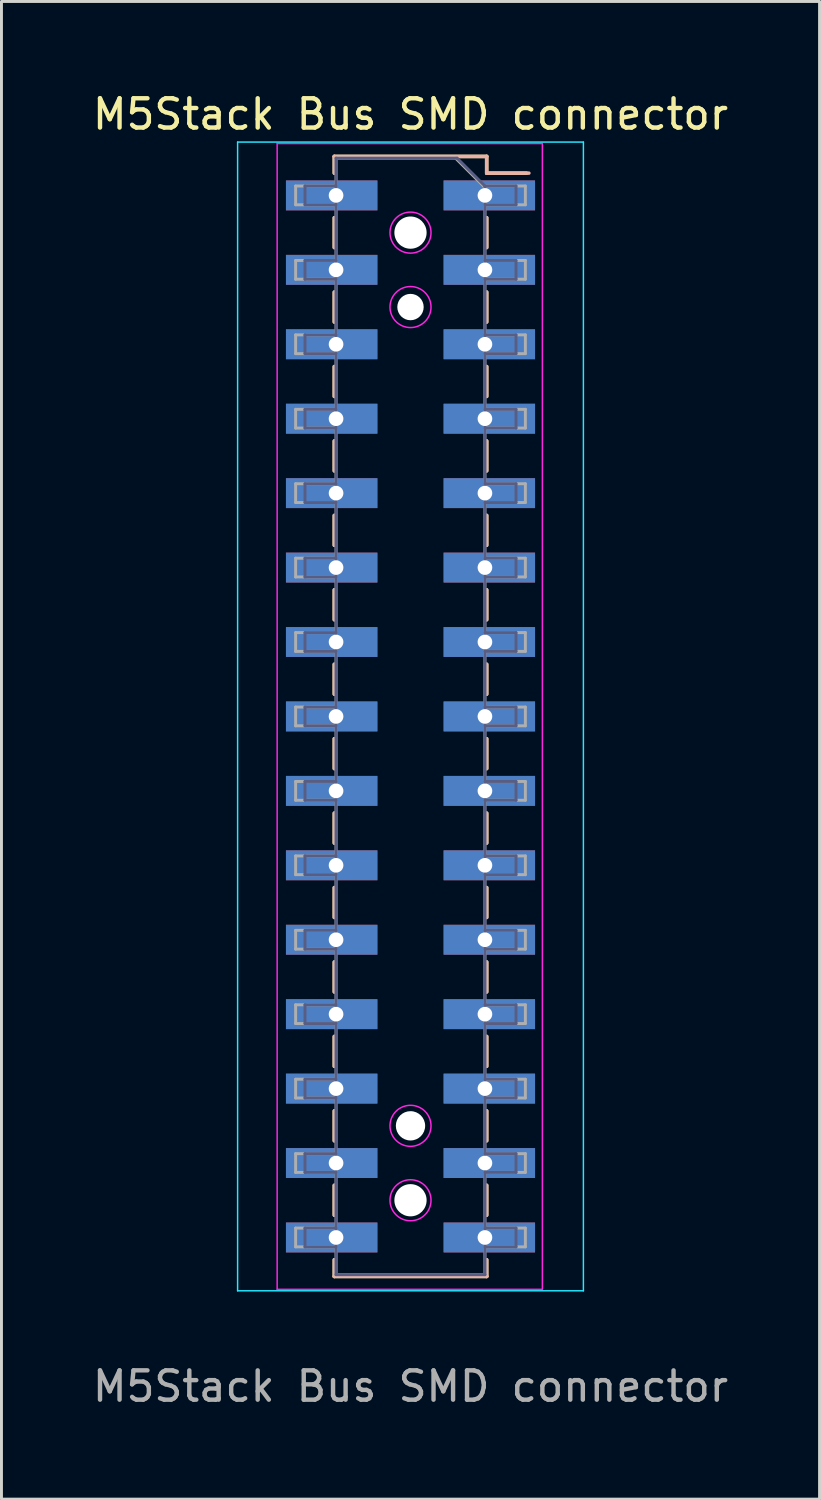
<source format=kicad_pcb>
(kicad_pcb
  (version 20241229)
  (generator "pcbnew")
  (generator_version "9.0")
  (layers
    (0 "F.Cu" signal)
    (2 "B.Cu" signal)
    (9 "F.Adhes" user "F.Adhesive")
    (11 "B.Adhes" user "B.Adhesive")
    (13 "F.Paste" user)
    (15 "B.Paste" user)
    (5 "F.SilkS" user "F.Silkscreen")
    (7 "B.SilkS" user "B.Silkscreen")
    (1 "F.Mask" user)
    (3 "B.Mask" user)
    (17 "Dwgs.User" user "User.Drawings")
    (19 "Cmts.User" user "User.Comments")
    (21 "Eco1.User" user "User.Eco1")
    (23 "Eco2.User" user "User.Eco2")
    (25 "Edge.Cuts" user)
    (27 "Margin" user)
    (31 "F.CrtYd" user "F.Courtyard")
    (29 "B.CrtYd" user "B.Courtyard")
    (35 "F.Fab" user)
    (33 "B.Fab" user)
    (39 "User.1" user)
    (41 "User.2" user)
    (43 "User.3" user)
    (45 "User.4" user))
  (footprint "M5Stack Bus SMD connector"
    (layer "F.Cu")
    (at 10.958 21.398)
    (property "Reference" "M5Stack Bus SMD connector" (at 0 -20.55 0) (layer "F.SilkS") (effects (font (size 1 1) (thickness 0.15))))
    (attr smd)
    (fp_line (start -2.6 -19.11) (end -2.6 -18.54) (stroke (width 0.12) (type solid)) (layer "F.SilkS"))
    (fp_line (start -2.6 -19.11) (end 2.6 -19.11) (stroke (width 0.12) (type solid)) (layer "F.SilkS"))
    (fp_line (start -2.6 -17.02) (end -2.6 -16) (stroke (width 0.12) (type solid)) (layer "F.SilkS"))
    (fp_line (start -2.6 -14.48) (end -2.6 -13.46) (stroke (width 0.12) (type solid)) (layer "F.SilkS"))
    (fp_line (start -2.6 -11.94) (end -2.6 -10.92) (stroke (width 0.12) (type solid)) (layer "F.SilkS"))
    (fp_line (start -2.6 -9.4) (end -2.6 -8.38) (stroke (width 0.12) (type solid)) (layer "F.SilkS"))
    (fp_line (start -2.6 -6.86) (end -2.6 -5.84) (stroke (width 0.12) (type solid)) (layer "F.SilkS"))
    (fp_line (start -2.6 -4.32) (end -2.6 -3.3) (stroke (width 0.12) (type solid)) (layer "F.SilkS"))
    (fp_line (start -2.6 -1.78) (end -2.6 -0.76) (stroke (width 0.12) (type solid)) (layer "F.SilkS"))
    (fp_line (start -2.6 0.76) (end -2.6 1.78) (stroke (width 0.12) (type solid)) (layer "F.SilkS"))
    (fp_line (start -2.6 3.3) (end -2.6 4.32) (stroke (width 0.12) (type solid)) (layer "F.SilkS"))
    (fp_line (start -2.6 5.84) (end -2.6 6.86) (stroke (width 0.12) (type solid)) (layer "F.SilkS"))
    (fp_line (start -2.6 8.38) (end -2.6 9.4) (stroke (width 0.12) (type solid)) (layer "F.SilkS"))
    (fp_line (start -2.6 10.92) (end -2.6 11.94) (stroke (width 0.12) (type solid)) (layer "F.SilkS"))
    (fp_line (start -2.6 13.46) (end -2.6 14.48) (stroke (width 0.12) (type solid)) (layer "F.SilkS"))
    (fp_line (start -2.6 16) (end -2.6 17.02) (stroke (width 0.12) (type solid)) (layer "F.SilkS"))
    (fp_line (start -2.6 18.54) (end -2.6 19.11) (stroke (width 0.12) (type solid)) (layer "F.SilkS"))
    (fp_line (start -2.6 19.11) (end 2.6 19.11) (stroke (width 0.12) (type solid)) (layer "F.SilkS"))
    (fp_line (start 2.6 -19.11) (end 2.6 -18.54) (stroke (width 0.12) (type solid)) (layer "F.SilkS"))
    (fp_line (start 2.6 -18.54) (end 3.96 -18.54) (stroke (width 0.12) (type solid)) (layer "F.SilkS"))
    (fp_line (start 2.6 -17.02) (end 2.6 -16) (stroke (width 0.12) (type solid)) (layer "F.SilkS"))
    (fp_line (start 2.6 -14.48) (end 2.6 -13.46) (stroke (width 0.12) (type solid)) (layer "F.SilkS"))
    (fp_line (start 2.6 -11.94) (end 2.6 -10.92) (stroke (width 0.12) (type solid)) (layer "F.SilkS"))
    (fp_line (start 2.6 -9.4) (end 2.6 -8.38) (stroke (width 0.12) (type solid)) (layer "F.SilkS"))
    (fp_line (start 2.6 -6.86) (end 2.6 -5.84) (stroke (width 0.12) (type solid)) (layer "F.SilkS"))
    (fp_line (start 2.6 -4.32) (end 2.6 -3.3) (stroke (width 0.12) (type solid)) (layer "F.SilkS"))
    (fp_line (start 2.6 -1.78) (end 2.6 -0.76) (stroke (width 0.12) (type solid)) (layer "F.SilkS"))
    (fp_line (start 2.6 0.76) (end 2.6 1.78) (stroke (width 0.12) (type solid)) (layer "F.SilkS"))
    (fp_line (start 2.6 3.3) (end 2.6 4.32) (stroke (width 0.12) (type solid)) (layer "F.SilkS"))
    (fp_line (start 2.6 5.84) (end 2.6 6.86) (stroke (width 0.12) (type solid)) (layer "F.SilkS"))
    (fp_line (start 2.6 8.38) (end 2.6 9.4) (stroke (width 0.12) (type solid)) (layer "F.SilkS"))
    (fp_line (start 2.6 10.92) (end 2.6 11.94) (stroke (width 0.12) (type solid)) (layer "F.SilkS"))
    (fp_line (start 2.6 13.46) (end 2.6 14.48) (stroke (width 0.12) (type solid)) (layer "F.SilkS"))
    (fp_line (start 2.6 16) (end 2.6 17.02) (stroke (width 0.12) (type solid)) (layer "F.SilkS"))
    (fp_line (start 2.6 18.54) (end 2.6 19.11) (stroke (width 0.12) (type solid)) (layer "F.SilkS"))
    (fp_line (start -2.6 -19.11) (end -2.6 -18.54) (stroke (width 0.12) (type solid)) (layer "B.SilkS"))
    (fp_line (start -2.6 -17.02) (end -2.6 -16) (stroke (width 0.12) (type solid)) (layer "B.SilkS"))
    (fp_line (start -2.6 -14.48) (end -2.6 -13.46) (stroke (width 0.12) (type solid)) (layer "B.SilkS"))
    (fp_line (start -2.6 -11.94) (end -2.6 -10.92) (stroke (width 0.12) (type solid)) (layer "B.SilkS"))
    (fp_line (start -2.6 -9.4) (end -2.6 -8.38) (stroke (width 0.12) (type solid)) (layer "B.SilkS"))
    (fp_line (start -2.6 -6.86) (end -2.6 -5.84) (stroke (width 0.12) (type solid)) (layer "B.SilkS"))
    (fp_line (start -2.6 -4.32) (end -2.6 -3.3) (stroke (width 0.12) (type solid)) (layer "B.SilkS"))
    (fp_line (start -2.6 -1.78) (end -2.6 -0.76) (stroke (width 0.12) (type solid)) (layer "B.SilkS"))
    (fp_line (start -2.6 0.76) (end -2.6 1.78) (stroke (width 0.12) (type solid)) (layer "B.SilkS"))
    (fp_line (start -2.6 3.3) (end -2.6 4.32) (stroke (width 0.12) (type solid)) (layer "B.SilkS"))
    (fp_line (start -2.6 5.84) (end -2.6 6.86) (stroke (width 0.12) (type solid)) (layer "B.SilkS"))
    (fp_line (start -2.6 8.38) (end -2.6 9.4) (stroke (width 0.12) (type solid)) (layer "B.SilkS"))
    (fp_line (start -2.6 10.92) (end -2.6 11.94) (stroke (width 0.12) (type solid)) (layer "B.SilkS"))
    (fp_line (start -2.6 13.46) (end -2.6 14.48) (stroke (width 0.12) (type solid)) (layer "B.SilkS"))
    (fp_line (start -2.6 16) (end -2.6 17.02) (stroke (width 0.12) (type solid)) (layer "B.SilkS"))
    (fp_line (start -2.6 18.54) (end -2.6 19.11) (stroke (width 0.12) (type solid)) (layer "B.SilkS"))
    (fp_line (start 2.6 -19.11) (end -2.6 -19.11) (stroke (width 0.12) (type solid)) (layer "B.SilkS"))
    (fp_line (start 2.6 -19.11) (end 2.6 -18.54) (stroke (width 0.12) (type solid)) (layer "B.SilkS"))
    (fp_line (start 2.6 -17.02) (end 2.6 -16) (stroke (width 0.12) (type solid)) (layer "B.SilkS"))
    (fp_line (start 2.6 -14.48) (end 2.6 -13.46) (stroke (width 0.12) (type solid)) (layer "B.SilkS"))
    (fp_line (start 2.6 -11.94) (end 2.6 -10.92) (stroke (width 0.12) (type solid)) (layer "B.SilkS"))
    (fp_line (start 2.6 -9.4) (end 2.6 -8.38) (stroke (width 0.12) (type solid)) (layer "B.SilkS"))
    (fp_line (start 2.6 -6.86) (end 2.6 -5.84) (stroke (width 0.12) (type solid)) (layer "B.SilkS"))
    (fp_line (start 2.6 -4.32) (end 2.6 -3.3) (stroke (width 0.12) (type solid)) (layer "B.SilkS"))
    (fp_line (start 2.6 -1.78) (end 2.6 -0.76) (stroke (width 0.12) (type solid)) (layer "B.SilkS"))
    (fp_line (start 2.6 0.76) (end 2.6 1.78) (stroke (width 0.12) (type solid)) (layer "B.SilkS"))
    (fp_line (start 2.6 3.3) (end 2.6 4.32) (stroke (width 0.12) (type solid)) (layer "B.SilkS"))
    (fp_line (start 2.6 5.84) (end 2.6 6.86) (stroke (width 0.12) (type solid)) (layer "B.SilkS"))
    (fp_line (start 2.6 8.38) (end 2.6 9.4) (stroke (width 0.12) (type solid)) (layer "B.SilkS"))
    (fp_line (start 2.6 10.92) (end 2.6 11.94) (stroke (width 0.12) (type solid)) (layer "B.SilkS"))
    (fp_line (start 2.6 13.46) (end 2.6 14.48) (stroke (width 0.12) (type solid)) (layer "B.SilkS"))
    (fp_line (start 2.6 16) (end 2.6 17.02) (stroke (width 0.12) (type solid)) (layer "B.SilkS"))
    (fp_line (start 2.6 18.54) (end 2.6 19.11) (stroke (width 0.12) (type solid)) (layer "B.SilkS"))
    (fp_line (start 2.6 19.11) (end -2.6 19.11) (stroke (width 0.12) (type solid)) (layer "B.SilkS"))
    (fp_line (start 4.04 -18.54) (end 2.6 -18.54) (stroke (width 0.12) (type solid)) (layer "B.SilkS"))
    (fp_line (start -5.9 -19.6) (end 5.9 -19.6) (stroke (width 0.05) (type solid)) (layer "B.CrtYd"))
    (fp_line (start -5.9 19.6) (end -5.9 -19.6) (stroke (width 0.05) (type solid)) (layer "B.CrtYd"))
    (fp_line (start 5.9 -19.6) (end 5.9 19.6) (stroke (width 0.05) (type solid)) (layer "B.CrtYd"))
    (fp_line (start 5.9 19.6) (end -5.9 19.6) (stroke (width 0.05) (type solid)) (layer "B.CrtYd"))
    (fp_line (start -4.55 -19.55) (end 4.5 -19.55) (stroke (width 0.05) (type solid)) (layer "F.CrtYd"))
    (fp_line (start -4.55 19.55) (end -4.55 -19.55) (stroke (width 0.05) (type solid)) (layer "F.CrtYd"))
    (fp_line (start 4.5 -19.55) (end 4.5 19.55) (stroke (width 0.05) (type solid)) (layer "F.CrtYd"))
    (fp_line (start 4.5 19.55) (end -4.55 19.55) (stroke (width 0.05) (type solid)) (layer "F.CrtYd"))
    (fp_circle (center 0 -16.51) (end 0.7 -16.51) (stroke (width 0.05) (type default)) (fill no) (layer "F.CrtYd"))
    (fp_circle (center 0 -13.97) (end 0.7 -13.97) (stroke (width 0.05) (type default)) (fill no) (layer "F.CrtYd"))
    (fp_circle (center 0 13.97) (end 0.7 13.97) (stroke (width 0.05) (type default)) (fill no) (layer "F.CrtYd"))
    (fp_circle (center 0 16.51) (end 0.7 16.51) (stroke (width 0.05) (type default)) (fill no) (layer "F.CrtYd"))
    (fp_line (start -3.6 -18.1) (end -3.6 -17.46) (stroke (width 0.1) (type solid)) (layer "B.Fab"))
    (fp_line (start -3.6 -17.46) (end -2.54 -17.46) (stroke (width 0.1) (type solid)) (layer "B.Fab"))
    (fp_line (start -3.6 -15.56) (end -3.6 -14.92) (stroke (width 0.1) (type solid)) (layer "B.Fab"))
    (fp_line (start -3.6 -14.92) (end -2.54 -14.92) (stroke (width 0.1) (type solid)) (layer "B.Fab"))
    (fp_line (start -3.6 -13.02) (end -3.6 -12.38) (stroke (width 0.1) (type solid)) (layer "B.Fab"))
    (fp_line (start -3.6 -12.38) (end -2.54 -12.38) (stroke (width 0.1) (type solid)) (layer "B.Fab"))
    (fp_line (start -3.6 -10.48) (end -3.6 -9.84) (stroke (width 0.1) (type solid)) (layer "B.Fab"))
    (fp_line (start -3.6 -9.84) (end -2.54 -9.84) (stroke (width 0.1) (type solid)) (layer "B.Fab"))
    (fp_line (start -3.6 -7.94) (end -3.6 -7.3) (stroke (width 0.1) (type solid)) (layer "B.Fab"))
    (fp_line (start -3.6 -7.3) (end -2.54 -7.3) (stroke (width 0.1) (type solid)) (layer "B.Fab"))
    (fp_line (start -3.6 -5.4) (end -3.6 -4.76) (stroke (width 0.1) (type solid)) (layer "B.Fab"))
    (fp_line (start -3.6 -4.76) (end -2.54 -4.76) (stroke (width 0.1) (type solid)) (layer "B.Fab"))
    (fp_line (start -3.6 -2.86) (end -3.6 -2.22) (stroke (width 0.1) (type solid)) (layer "B.Fab"))
    (fp_line (start -3.6 -2.22) (end -2.54 -2.22) (stroke (width 0.1) (type solid)) (layer "B.Fab"))
    (fp_line (start -3.6 -0.32) (end -3.6 0.32) (stroke (width 0.1) (type solid)) (layer "B.Fab"))
    (fp_line (start -3.6 0.32) (end -2.54 0.32) (stroke (width 0.1) (type solid)) (layer "B.Fab"))
    (fp_line (start -3.6 2.22) (end -3.6 2.86) (stroke (width 0.1) (type solid)) (layer "B.Fab"))
    (fp_line (start -3.6 2.86) (end -2.54 2.86) (stroke (width 0.1) (type solid)) (layer "B.Fab"))
    (fp_line (start -3.6 4.76) (end -3.6 5.4) (stroke (width 0.1) (type solid)) (layer "B.Fab"))
    (fp_line (start -3.6 5.4) (end -2.54 5.4) (stroke (width 0.1) (type solid)) (layer "B.Fab"))
    (fp_line (start -3.6 7.3) (end -3.6 7.94) (stroke (width 0.1) (type solid)) (layer "B.Fab"))
    (fp_line (start -3.6 7.94) (end -2.54 7.94) (stroke (width 0.1) (type solid)) (layer "B.Fab"))
    (fp_line (start -3.6 9.84) (end -3.6 10.48) (stroke (width 0.1) (type solid)) (layer "B.Fab"))
    (fp_line (start -3.6 10.48) (end -2.54 10.48) (stroke (width 0.1) (type solid)) (layer "B.Fab"))
    (fp_line (start -3.6 12.38) (end -3.6 13.02) (stroke (width 0.1) (type solid)) (layer "B.Fab"))
    (fp_line (start -3.6 13.02) (end -2.54 13.02) (stroke (width 0.1) (type solid)) (layer "B.Fab"))
    (fp_line (start -3.6 14.92) (end -3.6 15.56) (stroke (width 0.1) (type solid)) (layer "B.Fab"))
    (fp_line (start -3.6 15.56) (end -2.54 15.56) (stroke (width 0.1) (type solid)) (layer "B.Fab"))
    (fp_line (start -3.6 17.46) (end -3.6 18.1) (stroke (width 0.1) (type solid)) (layer "B.Fab"))
    (fp_line (start -3.6 18.1) (end -2.54 18.1) (stroke (width 0.1) (type solid)) (layer "B.Fab"))
    (fp_line (start -2.54 -19.05) (end -2.54 19.05) (stroke (width 0.1) (type solid)) (layer "B.Fab"))
    (fp_line (start -2.54 -18.1) (end -3.6 -18.1) (stroke (width 0.1) (type solid)) (layer "B.Fab"))
    (fp_line (start -2.54 -15.56) (end -3.6 -15.56) (stroke (width 0.1) (type solid)) (layer "B.Fab"))
    (fp_line (start -2.54 -13.02) (end -3.6 -13.02) (stroke (width 0.1) (type solid)) (layer "B.Fab"))
    (fp_line (start -2.54 -10.48) (end -3.6 -10.48) (stroke (width 0.1) (type solid)) (layer "B.Fab"))
    (fp_line (start -2.54 -7.94) (end -3.6 -7.94) (stroke (width 0.1) (type solid)) (layer "B.Fab"))
    (fp_line (start -2.54 -5.4) (end -3.6 -5.4) (stroke (width 0.1) (type solid)) (layer "B.Fab"))
    (fp_line (start -2.54 -2.86) (end -3.6 -2.86) (stroke (width 0.1) (type solid)) (layer "B.Fab"))
    (fp_line (start -2.54 -0.32) (end -3.6 -0.32) (stroke (width 0.1) (type solid)) (layer "B.Fab"))
    (fp_line (start -2.54 2.22) (end -3.6 2.22) (stroke (width 0.1) (type solid)) (layer "B.Fab"))
    (fp_line (start -2.54 4.76) (end -3.6 4.76) (stroke (width 0.1) (type solid)) (layer "B.Fab"))
    (fp_line (start -2.54 7.3) (end -3.6 7.3) (stroke (width 0.1) (type solid)) (layer "B.Fab"))
    (fp_line (start -2.54 9.84) (end -3.6 9.84) (stroke (width 0.1) (type solid)) (layer "B.Fab"))
    (fp_line (start -2.54 12.38) (end -3.6 12.38) (stroke (width 0.1) (type solid)) (layer "B.Fab"))
    (fp_line (start -2.54 14.92) (end -3.6 14.92) (stroke (width 0.1) (type solid)) (layer "B.Fab"))
    (fp_line (start -2.54 17.46) (end -3.6 17.46) (stroke (width 0.1) (type solid)) (layer "B.Fab"))
    (fp_line (start -2.54 19.05) (end 2.54 19.05) (stroke (width 0.1) (type solid)) (layer "B.Fab"))
    (fp_line (start 1.59 -19.05) (end -2.54 -19.05) (stroke (width 0.1) (type solid)) (layer "B.Fab"))
    (fp_line (start 2.54 -18.1) (end 1.59 -19.05) (stroke (width 0.1) (type solid)) (layer "B.Fab"))
    (fp_line (start 2.54 -18.1) (end 3.6 -18.1) (stroke (width 0.1) (type solid)) (layer "B.Fab"))
    (fp_line (start 2.54 -15.56) (end 3.6 -15.56) (stroke (width 0.1) (type solid)) (layer "B.Fab"))
    (fp_line (start 2.54 -13.02) (end 3.6 -13.02) (stroke (width 0.1) (type solid)) (layer "B.Fab"))
    (fp_line (start 2.54 -10.48) (end 3.6 -10.48) (stroke (width 0.1) (type solid)) (layer "B.Fab"))
    (fp_line (start 2.54 -7.94) (end 3.6 -7.94) (stroke (width 0.1) (type solid)) (layer "B.Fab"))
    (fp_line (start 2.54 -5.4) (end 3.6 -5.4) (stroke (width 0.1) (type solid)) (layer "B.Fab"))
    (fp_line (start 2.54 -2.86) (end 3.6 -2.86) (stroke (width 0.1) (type solid)) (layer "B.Fab"))
    (fp_line (start 2.54 -0.32) (end 3.6 -0.32) (stroke (width 0.1) (type solid)) (layer "B.Fab"))
    (fp_line (start 2.54 2.22) (end 3.6 2.22) (stroke (width 0.1) (type solid)) (layer "B.Fab"))
    (fp_line (start 2.54 4.76) (end 3.6 4.76) (stroke (width 0.1) (type solid)) (layer "B.Fab"))
    (fp_line (start 2.54 7.3) (end 3.6 7.3) (stroke (width 0.1) (type solid)) (layer "B.Fab"))
    (fp_line (start 2.54 9.84) (end 3.6 9.84) (stroke (width 0.1) (type solid)) (layer "B.Fab"))
    (fp_line (start 2.54 12.38) (end 3.6 12.38) (stroke (width 0.1) (type solid)) (layer "B.Fab"))
    (fp_line (start 2.54 14.92) (end 3.6 14.92) (stroke (width 0.1) (type solid)) (layer "B.Fab"))
    (fp_line (start 2.54 17.46) (end 3.6 17.46) (stroke (width 0.1) (type solid)) (layer "B.Fab"))
    (fp_line (start 2.54 19.05) (end 2.54 -18.1) (stroke (width 0.1) (type solid)) (layer "B.Fab"))
    (fp_line (start 3.6 -18.1) (end 3.6 -17.46) (stroke (width 0.1) (type solid)) (layer "B.Fab"))
    (fp_line (start 3.6 -17.46) (end 2.54 -17.46) (stroke (width 0.1) (type solid)) (layer "B.Fab"))
    (fp_line (start 3.6 -15.56) (end 3.6 -14.92) (stroke (width 0.1) (type solid)) (layer "B.Fab"))
    (fp_line (start 3.6 -14.92) (end 2.54 -14.92) (stroke (width 0.1) (type solid)) (layer "B.Fab"))
    (fp_line (start 3.6 -13.02) (end 3.6 -12.38) (stroke (width 0.1) (type solid)) (layer "B.Fab"))
    (fp_line (start 3.6 -12.38) (end 2.54 -12.38) (stroke (width 0.1) (type solid)) (layer "B.Fab"))
    (fp_line (start 3.6 -10.48) (end 3.6 -9.84) (stroke (width 0.1) (type solid)) (layer "B.Fab"))
    (fp_line (start 3.6 -9.84) (end 2.54 -9.84) (stroke (width 0.1) (type solid)) (layer "B.Fab"))
    (fp_line (start 3.6 -7.94) (end 3.6 -7.3) (stroke (width 0.1) (type solid)) (layer "B.Fab"))
    (fp_line (start 3.6 -7.3) (end 2.54 -7.3) (stroke (width 0.1) (type solid)) (layer "B.Fab"))
    (fp_line (start 3.6 -5.4) (end 3.6 -4.76) (stroke (width 0.1) (type solid)) (layer "B.Fab"))
    (fp_line (start 3.6 -4.76) (end 2.54 -4.76) (stroke (width 0.1) (type solid)) (layer "B.Fab"))
    (fp_line (start 3.6 -2.86) (end 3.6 -2.22) (stroke (width 0.1) (type solid)) (layer "B.Fab"))
    (fp_line (start 3.6 -2.22) (end 2.54 -2.22) (stroke (width 0.1) (type solid)) (layer "B.Fab"))
    (fp_line (start 3.6 -0.32) (end 3.6 0.32) (stroke (width 0.1) (type solid)) (layer "B.Fab"))
    (fp_line (start 3.6 0.32) (end 2.54 0.32) (stroke (width 0.1) (type solid)) (layer "B.Fab"))
    (fp_line (start 3.6 2.22) (end 3.6 2.86) (stroke (width 0.1) (type solid)) (layer "B.Fab"))
    (fp_line (start 3.6 2.86) (end 2.54 2.86) (stroke (width 0.1) (type solid)) (layer "B.Fab"))
    (fp_line (start 3.6 4.76) (end 3.6 5.4) (stroke (width 0.1) (type solid)) (layer "B.Fab"))
    (fp_line (start 3.6 5.4) (end 2.54 5.4) (stroke (width 0.1) (type solid)) (layer "B.Fab"))
    (fp_line (start 3.6 7.3) (end 3.6 7.94) (stroke (width 0.1) (type solid)) (layer "B.Fab"))
    (fp_line (start 3.6 7.94) (end 2.54 7.94) (stroke (width 0.1) (type solid)) (layer "B.Fab"))
    (fp_line (start 3.6 9.84) (end 3.6 10.48) (stroke (width 0.1) (type solid)) (layer "B.Fab"))
    (fp_line (start 3.6 10.48) (end 2.54 10.48) (stroke (width 0.1) (type solid)) (layer "B.Fab"))
    (fp_line (start 3.6 12.38) (end 3.6 13.02) (stroke (width 0.1) (type solid)) (layer "B.Fab"))
    (fp_line (start 3.6 13.02) (end 2.54 13.02) (stroke (width 0.1) (type solid)) (layer "B.Fab"))
    (fp_line (start 3.6 14.92) (end 3.6 15.56) (stroke (width 0.1) (type solid)) (layer "B.Fab"))
    (fp_line (start 3.6 15.56) (end 2.54 15.56) (stroke (width 0.1) (type solid)) (layer "B.Fab"))
    (fp_line (start 3.6 17.46) (end 3.6 18.1) (stroke (width 0.1) (type solid)) (layer "B.Fab"))
    (fp_line (start 3.6 18.1) (end 2.54 18.1) (stroke (width 0.1) (type solid)) (layer "B.Fab"))
    (fp_line (start -3.92 -18.1) (end -2.54 -18.1) (stroke (width 0.1) (type solid)) (layer "F.Fab"))
    (fp_line (start -3.92 -17.46) (end -3.92 -18.1) (stroke (width 0.1) (type solid)) (layer "F.Fab"))
    (fp_line (start -3.92 -15.56) (end -2.54 -15.56) (stroke (width 0.1) (type solid)) (layer "F.Fab"))
    (fp_line (start -3.92 -14.92) (end -3.92 -15.56) (stroke (width 0.1) (type solid)) (layer "F.Fab"))
    (fp_line (start -3.92 -13.02) (end -2.54 -13.02) (stroke (width 0.1) (type solid)) (layer "F.Fab"))
    (fp_line (start -3.92 -12.38) (end -3.92 -13.02) (stroke (width 0.1) (type solid)) (layer "F.Fab"))
    (fp_line (start -3.92 -10.48) (end -2.54 -10.48) (stroke (width 0.1) (type solid)) (layer "F.Fab"))
    (fp_line (start -3.92 -9.84) (end -3.92 -10.48) (stroke (width 0.1) (type solid)) (layer "F.Fab"))
    (fp_line (start -3.92 -7.94) (end -2.54 -7.94) (stroke (width 0.1) (type solid)) (layer "F.Fab"))
    (fp_line (start -3.92 -7.3) (end -3.92 -7.94) (stroke (width 0.1) (type solid)) (layer "F.Fab"))
    (fp_line (start -3.92 -5.4) (end -2.54 -5.4) (stroke (width 0.1) (type solid)) (layer "F.Fab"))
    (fp_line (start -3.92 -4.76) (end -3.92 -5.4) (stroke (width 0.1) (type solid)) (layer "F.Fab"))
    (fp_line (start -3.92 -2.86) (end -2.54 -2.86) (stroke (width 0.1) (type solid)) (layer "F.Fab"))
    (fp_line (start -3.92 -2.22) (end -3.92 -2.86) (stroke (width 0.1) (type solid)) (layer "F.Fab"))
    (fp_line (start -3.92 -0.32) (end -2.54 -0.32) (stroke (width 0.1) (type solid)) (layer "F.Fab"))
    (fp_line (start -3.92 0.32) (end -3.92 -0.32) (stroke (width 0.1) (type solid)) (layer "F.Fab"))
    (fp_line (start -3.92 2.22) (end -2.54 2.22) (stroke (width 0.1) (type solid)) (layer "F.Fab"))
    (fp_line (start -3.92 2.86) (end -3.92 2.22) (stroke (width 0.1) (type solid)) (layer "F.Fab"))
    (fp_line (start -3.92 4.76) (end -2.54 4.76) (stroke (width 0.1) (type solid)) (layer "F.Fab"))
    (fp_line (start -3.92 5.4) (end -3.92 4.76) (stroke (width 0.1) (type solid)) (layer "F.Fab"))
    (fp_line (start -3.92 7.3) (end -2.54 7.3) (stroke (width 0.1) (type solid)) (layer "F.Fab"))
    (fp_line (start -3.92 7.94) (end -3.92 7.3) (stroke (width 0.1) (type solid)) (layer "F.Fab"))
    (fp_line (start -3.92 9.84) (end -2.54 9.84) (stroke (width 0.1) (type solid)) (layer "F.Fab"))
    (fp_line (start -3.92 10.48) (end -3.92 9.84) (stroke (width 0.1) (type solid)) (layer "F.Fab"))
    (fp_line (start -3.92 12.38) (end -2.54 12.38) (stroke (width 0.1) (type solid)) (layer "F.Fab"))
    (fp_line (start -3.92 13.02) (end -3.92 12.38) (stroke (width 0.1) (type solid)) (layer "F.Fab"))
    (fp_line (start -3.92 14.92) (end -2.54 14.92) (stroke (width 0.1) (type solid)) (layer "F.Fab"))
    (fp_line (start -3.92 15.56) (end -3.92 14.92) (stroke (width 0.1) (type solid)) (layer "F.Fab"))
    (fp_line (start -3.92 17.46) (end -2.54 17.46) (stroke (width 0.1) (type solid)) (layer "F.Fab"))
    (fp_line (start -3.92 18.1) (end -3.92 17.46) (stroke (width 0.1) (type solid)) (layer "F.Fab"))
    (fp_line (start -2.54 -19.05) (end 1.54 -19.05) (stroke (width 0.1) (type solid)) (layer "F.Fab"))
    (fp_line (start -2.54 -17.46) (end -3.92 -17.46) (stroke (width 0.1) (type solid)) (layer "F.Fab"))
    (fp_line (start -2.54 -14.92) (end -3.92 -14.92) (stroke (width 0.1) (type solid)) (layer "F.Fab"))
    (fp_line (start -2.54 -12.38) (end -3.92 -12.38) (stroke (width 0.1) (type solid)) (layer "F.Fab"))
    (fp_line (start -2.54 -9.84) (end -3.92 -9.84) (stroke (width 0.1) (type solid)) (layer "F.Fab"))
    (fp_line (start -2.54 -7.3) (end -3.92 -7.3) (stroke (width 0.1) (type solid)) (layer "F.Fab"))
    (fp_line (start -2.54 -4.76) (end -3.92 -4.76) (stroke (width 0.1) (type solid)) (layer "F.Fab"))
    (fp_line (start -2.54 -2.22) (end -3.92 -2.22) (stroke (width 0.1) (type solid)) (layer "F.Fab"))
    (fp_line (start -2.54 0.32) (end -3.92 0.32) (stroke (width 0.1) (type solid)) (layer "F.Fab"))
    (fp_line (start -2.54 2.86) (end -3.92 2.86) (stroke (width 0.1) (type solid)) (layer "F.Fab"))
    (fp_line (start -2.54 5.4) (end -3.92 5.4) (stroke (width 0.1) (type solid)) (layer "F.Fab"))
    (fp_line (start -2.54 7.94) (end -3.92 7.94) (stroke (width 0.1) (type solid)) (layer "F.Fab"))
    (fp_line (start -2.54 10.48) (end -3.92 10.48) (stroke (width 0.1) (type solid)) (layer "F.Fab"))
    (fp_line (start -2.54 13.02) (end -3.92 13.02) (stroke (width 0.1) (type solid)) (layer "F.Fab"))
    (fp_line (start -2.54 15.56) (end -3.92 15.56) (stroke (width 0.1) (type solid)) (layer "F.Fab"))
    (fp_line (start -2.54 18.1) (end -3.92 18.1) (stroke (width 0.1) (type solid)) (layer "F.Fab"))
    (fp_line (start -2.54 19.05) (end -2.54 -19.05) (stroke (width 0.1) (type solid)) (layer "F.Fab"))
    (fp_line (start 1.54 -19.05) (end 2.54 -18.05) (stroke (width 0.1) (type solid)) (layer "F.Fab"))
    (fp_line (start 2.54 -18.1) (end 3.92 -18.1) (stroke (width 0.1) (type solid)) (layer "F.Fab"))
    (fp_line (start 2.54 -18.05) (end 2.54 19.05) (stroke (width 0.1) (type solid)) (layer "F.Fab"))
    (fp_line (start 2.54 -15.56) (end 3.92 -15.56) (stroke (width 0.1) (type solid)) (layer "F.Fab"))
    (fp_line (start 2.54 -13.02) (end 3.92 -13.02) (stroke (width 0.1) (type solid)) (layer "F.Fab"))
    (fp_line (start 2.54 -10.48) (end 3.92 -10.48) (stroke (width 0.1) (type solid)) (layer "F.Fab"))
    (fp_line (start 2.54 -7.94) (end 3.92 -7.94) (stroke (width 0.1) (type solid)) (layer "F.Fab"))
    (fp_line (start 2.54 -5.4) (end 3.92 -5.4) (stroke (width 0.1) (type solid)) (layer "F.Fab"))
    (fp_line (start 2.54 -2.86) (end 3.92 -2.86) (stroke (width 0.1) (type solid)) (layer "F.Fab"))
    (fp_line (start 2.54 -0.32) (end 3.92 -0.32) (stroke (width 0.1) (type solid)) (layer "F.Fab"))
    (fp_line (start 2.54 2.22) (end 3.92 2.22) (stroke (width 0.1) (type solid)) (layer "F.Fab"))
    (fp_line (start 2.54 4.76) (end 3.92 4.76) (stroke (width 0.1) (type solid)) (layer "F.Fab"))
    (fp_line (start 2.54 7.3) (end 3.92 7.3) (stroke (width 0.1) (type solid)) (layer "F.Fab"))
    (fp_line (start 2.54 9.84) (end 3.92 9.84) (stroke (width 0.1) (type solid)) (layer "F.Fab"))
    (fp_line (start 2.54 12.38) (end 3.92 12.38) (stroke (width 0.1) (type solid)) (layer "F.Fab"))
    (fp_line (start 2.54 14.92) (end 3.92 14.92) (stroke (width 0.1) (type solid)) (layer "F.Fab"))
    (fp_line (start 2.54 17.46) (end 3.92 17.46) (stroke (width 0.1) (type solid)) (layer "F.Fab"))
    (fp_line (start 2.54 19.05) (end -2.54 19.05) (stroke (width 0.1) (type solid)) (layer "F.Fab"))
    (fp_line (start 3.92 -18.1) (end 3.92 -17.46) (stroke (width 0.1) (type solid)) (layer "F.Fab"))
    (fp_line (start 3.92 -17.46) (end 2.54 -17.46) (stroke (width 0.1) (type solid)) (layer "F.Fab"))
    (fp_line (start 3.92 -15.56) (end 3.92 -14.92) (stroke (width 0.1) (type solid)) (layer "F.Fab"))
    (fp_line (start 3.92 -14.92) (end 2.54 -14.92) (stroke (width 0.1) (type solid)) (layer "F.Fab"))
    (fp_line (start 3.92 -13.02) (end 3.92 -12.38) (stroke (width 0.1) (type solid)) (layer "F.Fab"))
    (fp_line (start 3.92 -12.38) (end 2.54 -12.38) (stroke (width 0.1) (type solid)) (layer "F.Fab"))
    (fp_line (start 3.92 -10.48) (end 3.92 -9.84) (stroke (width 0.1) (type solid)) (layer "F.Fab"))
    (fp_line (start 3.92 -9.84) (end 2.54 -9.84) (stroke (width 0.1) (type solid)) (layer "F.Fab"))
    (fp_line (start 3.92 -7.94) (end 3.92 -7.3) (stroke (width 0.1) (type solid)) (layer "F.Fab"))
    (fp_line (start 3.92 -7.3) (end 2.54 -7.3) (stroke (width 0.1) (type solid)) (layer "F.Fab"))
    (fp_line (start 3.92 -5.4) (end 3.92 -4.76) (stroke (width 0.1) (type solid)) (layer "F.Fab"))
    (fp_line (start 3.92 -4.76) (end 2.54 -4.76) (stroke (width 0.1) (type solid)) (layer "F.Fab"))
    (fp_line (start 3.92 -2.86) (end 3.92 -2.22) (stroke (width 0.1) (type solid)) (layer "F.Fab"))
    (fp_line (start 3.92 -2.22) (end 2.54 -2.22) (stroke (width 0.1) (type solid)) (layer "F.Fab"))
    (fp_line (start 3.92 -0.32) (end 3.92 0.32) (stroke (width 0.1) (type solid)) (layer "F.Fab"))
    (fp_line (start 3.92 0.32) (end 2.54 0.32) (stroke (width 0.1) (type solid)) (layer "F.Fab"))
    (fp_line (start 3.92 2.22) (end 3.92 2.86) (stroke (width 0.1) (type solid)) (layer "F.Fab"))
    (fp_line (start 3.92 2.86) (end 2.54 2.86) (stroke (width 0.1) (type solid)) (layer "F.Fab"))
    (fp_line (start 3.92 4.76) (end 3.92 5.4) (stroke (width 0.1) (type solid)) (layer "F.Fab"))
    (fp_line (start 3.92 5.4) (end 2.54 5.4) (stroke (width 0.1) (type solid)) (layer "F.Fab"))
    (fp_line (start 3.92 7.3) (end 3.92 7.94) (stroke (width 0.1) (type solid)) (layer "F.Fab"))
    (fp_line (start 3.92 7.94) (end 2.54 7.94) (stroke (width 0.1) (type solid)) (layer "F.Fab"))
    (fp_line (start 3.92 9.84) (end 3.92 10.48) (stroke (width 0.1) (type solid)) (layer "F.Fab"))
    (fp_line (start 3.92 10.48) (end 2.54 10.48) (stroke (width 0.1) (type solid)) (layer "F.Fab"))
    (fp_line (start 3.92 12.38) (end 3.92 13.02) (stroke (width 0.1) (type solid)) (layer "F.Fab"))
    (fp_line (start 3.92 13.02) (end 2.54 13.02) (stroke (width 0.1) (type solid)) (layer "F.Fab"))
    (fp_line (start 3.92 14.92) (end 3.92 15.56) (stroke (width 0.1) (type solid)) (layer "F.Fab"))
    (fp_line (start 3.92 15.56) (end 2.54 15.56) (stroke (width 0.1) (type solid)) (layer "F.Fab"))
    (fp_line (start 3.92 17.46) (end 3.92 18.1) (stroke (width 0.1) (type solid)) (layer "F.Fab"))
    (fp_line (start 3.92 18.1) (end 2.54 18.1) (stroke (width 0.1) (type solid)) (layer "F.Fab"))
    (fp_text user "${REFERENCE}" (at 0 22.86 180) (layer "F.Fab") (effects (font (size 1 1) (thickness 0.15))))
    (pad "" np_thru_hole circle (at 0 -16.51) (size 1.1 1.1) (drill 1.1) (layers "*.Cu" "*.Mask"))
    (pad "" np_thru_hole circle (at 0 -13.97) (size 0.9 0.9) (drill 1) (layers "*.Cu" "*.Mask"))
    (pad "" np_thru_hole circle (at 0 13.97) (size 1 1) (drill 1) (layers "*.Cu" "*.Mask"))
    (pad "" np_thru_hole circle (at 0 16.51) (size 1.1 1.1) (drill 1.1) (layers "*.Cu" "*.Mask"))
    (pad "1" thru_hole rect (at 2.54 -17.78) (size 3.12 1.02) (drill 0.5 (offset 0.15 0)) (layers "*.Cu" "*.Mask"))
    (pad "2" thru_hole rect (at -2.54 -17.78) (size 3.12 1.02) (drill 0.5 (offset -0.15 0)) (layers "*.Cu" "*.Mask"))
    (pad "3" thru_hole rect (at 2.54 -15.24) (size 3.12 1.02) (drill 0.5 (offset 0.15 0)) (layers "*.Cu" "*.Mask"))
    (pad "4" thru_hole rect (at -2.54 -15.24) (size 3.12 1.02) (drill 0.5 (offset -0.15 0)) (layers "*.Cu" "*.Mask"))
    (pad "5" thru_hole rect (at 2.54 -12.7) (size 3.12 1.02) (drill 0.5 (offset 0.15 0)) (layers "*.Cu" "*.Mask"))
    (pad "6" thru_hole rect (at -2.54 -12.7) (size 3.12 1.02) (drill 0.5 (offset -0.15 0)) (layers "*.Cu" "*.Mask"))
    (pad "7" thru_hole rect (at 2.54 -10.16) (size 3.12 1.02) (drill 0.5 (offset 0.15 0)) (layers "*.Cu" "*.Mask"))
    (pad "8" thru_hole rect (at -2.54 -10.16) (size 3.12 1.02) (drill 0.5 (offset -0.15 0)) (layers "*.Cu" "*.Mask"))
    (pad "9" thru_hole rect (at 2.54 -7.62) (size 3.12 1.02) (drill 0.5 (offset 0.15 0)) (layers "*.Cu" "*.Mask"))
    (pad "10" thru_hole rect (at -2.54 -7.62) (size 3.12 1.02) (drill 0.5 (offset -0.15 0)) (layers "*.Cu" "*.Mask"))
    (pad "11" thru_hole rect (at 2.54 -5.08) (size 3.12 1.02) (drill 0.5 (offset 0.15 0)) (layers "*.Cu" "*.Mask"))
    (pad "12" thru_hole rect (at -2.54 -5.08) (size 3.12 1.02) (drill 0.5 (offset -0.15 0)) (layers "*.Cu" "*.Mask"))
    (pad "13" thru_hole rect (at 2.54 -2.54) (size 3.12 1.02) (drill 0.5 (offset 0.15 0)) (layers "*.Cu" "*.Mask"))
    (pad "14" thru_hole rect (at -2.54 -2.54) (size 3.12 1.02) (drill 0.5 (offset -0.15 0)) (layers "*.Cu" "*.Mask"))
    (pad "15" thru_hole rect (at 2.54 0) (size 3.12 1.02) (drill 0.5 (offset 0.15 0)) (layers "*.Cu" "*.Mask"))
    (pad "16" thru_hole rect (at -2.54 0) (size 3.12 1.02) (drill 0.5 (offset -0.15 0)) (layers "*.Cu" "*.Mask"))
    (pad "17" thru_hole rect (at 2.54 2.54) (size 3.12 1.02) (drill 0.5 (offset 0.15 0)) (layers "*.Cu" "*.Mask"))
    (pad "18" thru_hole rect (at -2.54 2.54) (size 3.12 1.02) (drill 0.5 (offset -0.15 0)) (layers "*.Cu" "*.Mask"))
    (pad "19" thru_hole rect (at 2.54 5.08) (size 3.12 1.02) (drill 0.5 (offset 0.15 0)) (layers "*.Cu" "*.Mask"))
    (pad "20" thru_hole rect (at -2.54 5.08) (size 3.12 1.02) (drill 0.5 (offset -0.15 0)) (layers "*.Cu" "*.Mask"))
    (pad "21" thru_hole rect (at 2.54 7.62) (size 3.12 1.02) (drill 0.5 (offset 0.15 0)) (layers "*.Cu" "*.Mask"))
    (pad "22" thru_hole rect (at -2.54 7.62) (size 3.12 1.02) (drill 0.5 (offset -0.15 0)) (layers "*.Cu" "*.Mask"))
    (pad "23" thru_hole rect (at 2.54 10.16) (size 3.12 1.02) (drill 0.5 (offset 0.15 0)) (layers "*.Cu" "*.Mask"))
    (pad "24" thru_hole rect (at -2.54 10.16) (size 3.12 1.02) (drill 0.5 (offset -0.15 0)) (layers "*.Cu" "*.Mask"))
    (pad "25" thru_hole rect (at 2.54 12.7) (size 3.12 1.02) (drill 0.5 (offset 0.15 0)) (layers "*.Cu" "*.Mask"))
    (pad "26" thru_hole rect (at -2.54 12.7) (size 3.12 1.02) (drill 0.5 (offset -0.15 0)) (layers "*.Cu" "*.Mask"))
    (pad "27" thru_hole rect (at 2.54 15.24) (size 3.12 1.02) (drill 0.5 (offset 0.15 0)) (layers "*.Cu" "*.Mask"))
    (pad "28" thru_hole rect (at -2.54 15.24) (size 3.12 1.02) (drill 0.5 (offset -0.15 0)) (layers "*.Cu" "*.Mask"))
    (pad "29" thru_hole rect (at 2.54 17.78) (size 3.12 1.02) (drill 0.5 (offset 0.15 0)) (layers "*.Cu" "*.Mask"))
    (pad "30" thru_hole rect (at -2.54 17.78) (size 3.12 1.02) (drill 0.5 (offset -0.15 0)) (layers "*.Cu" "*.Mask")))
  (gr_rect
    (start -3 -3)
    (end 24.917 48.106)
    (stroke (width 0.1) (type default))
    (fill no)
    (layer "Edge.Cuts")))
</source>
